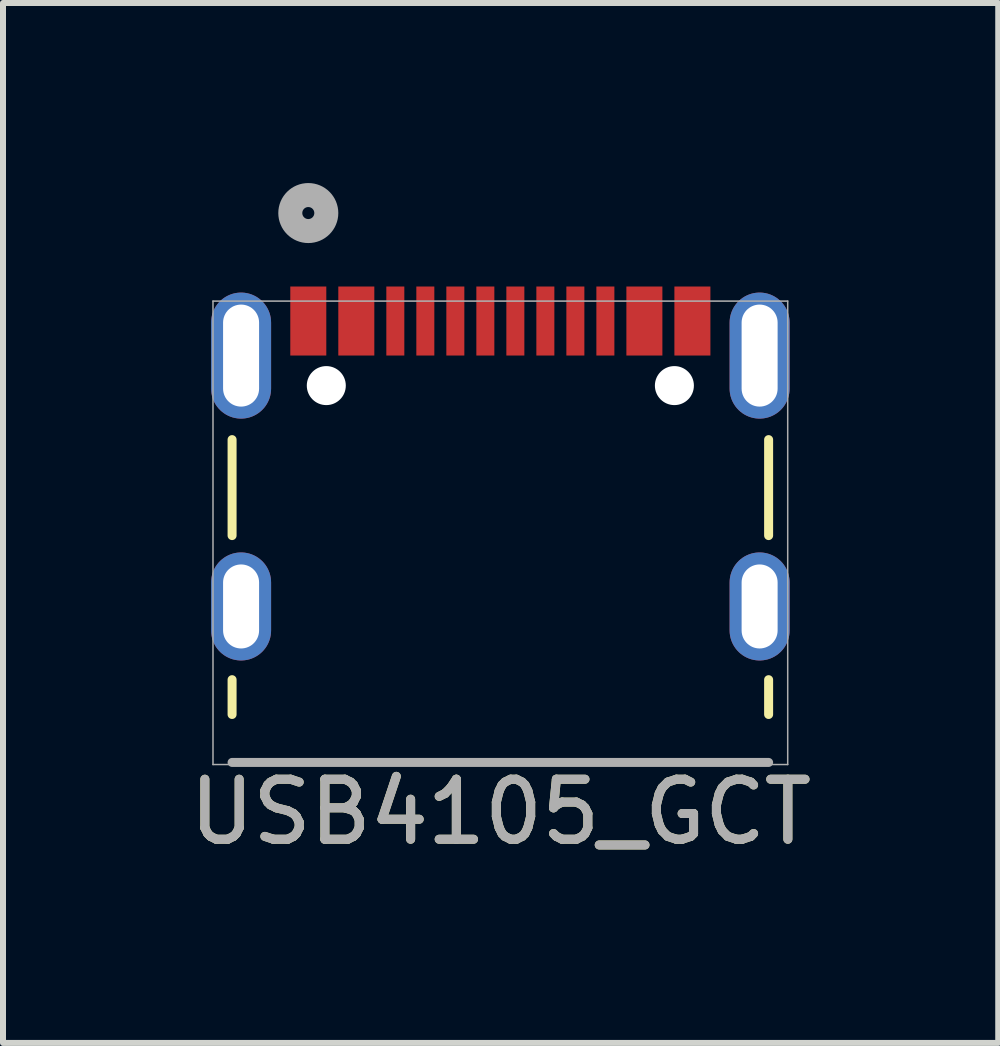
<source format=kicad_pcb>
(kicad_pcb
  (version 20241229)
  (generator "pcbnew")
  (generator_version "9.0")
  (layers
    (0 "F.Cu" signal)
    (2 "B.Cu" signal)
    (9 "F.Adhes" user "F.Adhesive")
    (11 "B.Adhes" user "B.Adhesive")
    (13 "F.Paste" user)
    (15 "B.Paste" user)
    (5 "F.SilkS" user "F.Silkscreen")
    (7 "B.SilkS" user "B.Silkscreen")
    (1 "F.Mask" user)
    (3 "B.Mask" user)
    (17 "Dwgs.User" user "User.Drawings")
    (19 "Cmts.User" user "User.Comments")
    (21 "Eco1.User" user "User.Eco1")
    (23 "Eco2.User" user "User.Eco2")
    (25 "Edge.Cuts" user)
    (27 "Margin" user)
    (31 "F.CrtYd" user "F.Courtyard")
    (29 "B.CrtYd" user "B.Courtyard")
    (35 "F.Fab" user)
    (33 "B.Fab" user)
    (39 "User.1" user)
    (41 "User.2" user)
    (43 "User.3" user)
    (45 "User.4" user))
  (footprint "USB4105_GCT"
    (layer "F.Cu")
    (at 5.287 5.692)
    (property "Reference" "USB4105_GCT" (at 0.005 4.787 0) (unlocked yes) (layer "F.SilkS") (effects (font (size 1 1) (thickness 0.15))))
    (attr smd)
    (fp_line (start -4.47 -1.417) (end -4.47 0.182) (stroke (width 0.15) (type solid)) (layer "F.SilkS"))
    (fp_line (start -4.47 2.583) (end -4.47 3.163) (stroke (width 0.15) (type solid)) (layer "F.SilkS"))
    (fp_line (start 4.47 -1.417) (end 4.47 0.182) (stroke (width 0.15) (type solid)) (layer "F.SilkS"))
    (fp_line (start 4.47 3.163) (end 4.47 2.583) (stroke (width 0.15) (type solid)) (layer "F.SilkS"))
    (fp_line (start -4.788 -3.725) (end -4.788 3.997) (stroke (width 0.025) (type solid)) (layer "F.Fab"))
    (fp_line (start -4.788 3.997) (end 4.788 3.997) (stroke (width 0.025) (type solid)) (layer "F.Fab"))
    (fp_line (start -4.47 3.962) (end 4.47 3.962) (stroke (width 0.15) (type solid)) (layer "F.Fab"))
    (fp_line (start 4.788 -3.725) (end -4.788 -3.725) (stroke (width 0.025) (type solid)) (layer "F.Fab"))
    (fp_line (start 4.788 3.997) (end 4.788 -3.725) (stroke (width 0.025) (type solid)) (layer "F.Fab"))
    (fp_circle (center -3.2 -5.192) (end -2.9 -5.192) (stroke (width 0.4) (type solid)) (fill no) (layer "F.Fab"))
    (fp_text user "${REFERENCE}" (at 0.005 4.787 0) (unlocked yes) (layer "F.Fab") (effects (font (size 1 1) (thickness 0.15))))
    (pad "" np_thru_hole circle (at -2.9 -2.317) (size 0.65 0.65) (drill 0.65) (layers "*.Cu" "*.Mask"))
    (pad "" np_thru_hole circle (at 2.9 -2.317) (size 0.65 0.65) (drill 0.65) (layers "*.Cu" "*.Mask"))
    (pad "A1-B12" smd rect (at -3.2 -3.393) (size 0.6 1.15) (layers "F.Cu" "F.Mask" "F.Paste"))
    (pad "A4-B9" smd rect (at -2.4 -3.393) (size 0.6 1.15) (layers "F.Cu" "F.Mask" "F.Paste"))
    (pad "A5" smd rect (at -1.25 -3.393) (size 0.3 1.15) (layers "F.Cu" "F.Mask" "F.Paste"))
    (pad "A6" smd rect (at -0.25 -3.393) (size 0.3 1.15) (layers "F.Cu" "F.Mask" "F.Paste"))
    (pad "A7" smd rect (at 0.25 -3.393) (size 0.3 1.15) (layers "F.Cu" "F.Mask" "F.Paste"))
    (pad "A8" smd rect (at 1.25 -3.393) (size 0.3 1.15) (layers "F.Cu" "F.Mask" "F.Paste"))
    (pad "B1-A12" smd rect (at 3.2 -3.393) (size 0.6 1.15) (layers "F.Cu" "F.Mask" "F.Paste"))
    (pad "B4-A9" smd rect (at 2.4 -3.393) (size 0.6 1.15) (layers "F.Cu" "F.Mask" "F.Paste"))
    (pad "B5" smd rect (at 1.75 -3.393) (size 0.3 1.15) (layers "F.Cu" "F.Mask" "F.Paste"))
    (pad "B6" smd rect (at 0.75 -3.393) (size 0.3 1.15) (layers "F.Cu" "F.Mask" "F.Paste"))
    (pad "B7" smd rect (at -0.75 -3.393) (size 0.3 1.15) (layers "F.Cu" "F.Mask" "F.Paste"))
    (pad "B8" smd rect (at -1.75 -3.393) (size 0.3 1.15) (layers "F.Cu" "F.Mask" "F.Paste"))
    (pad "S1" thru_hole oval (at -4.32 -2.817) (size 1 2.1) (drill oval 0.6 1.7) (layers "*.Cu" "*.Mask"))
    (pad "S1" thru_hole oval (at -4.32 1.363) (size 1 1.8) (drill oval 0.6 1.4) (layers "*.Cu" "*.Mask"))
    (pad "S1" thru_hole oval (at 4.32 -2.817) (size 1 2.1) (drill oval 0.6 1.7) (layers "*.Cu" "*.Mask"))
    (pad "S1" thru_hole oval (at 4.32 1.363) (size 1 1.8) (drill oval 0.6 1.4) (layers "*.Cu" "*.Mask")))
  (gr_rect
    (start -3 -3)
    (end 13.583 14.328)
    (stroke (width 0.1) (type default))
    (fill no)
    (layer "Edge.Cuts")))
</source>
